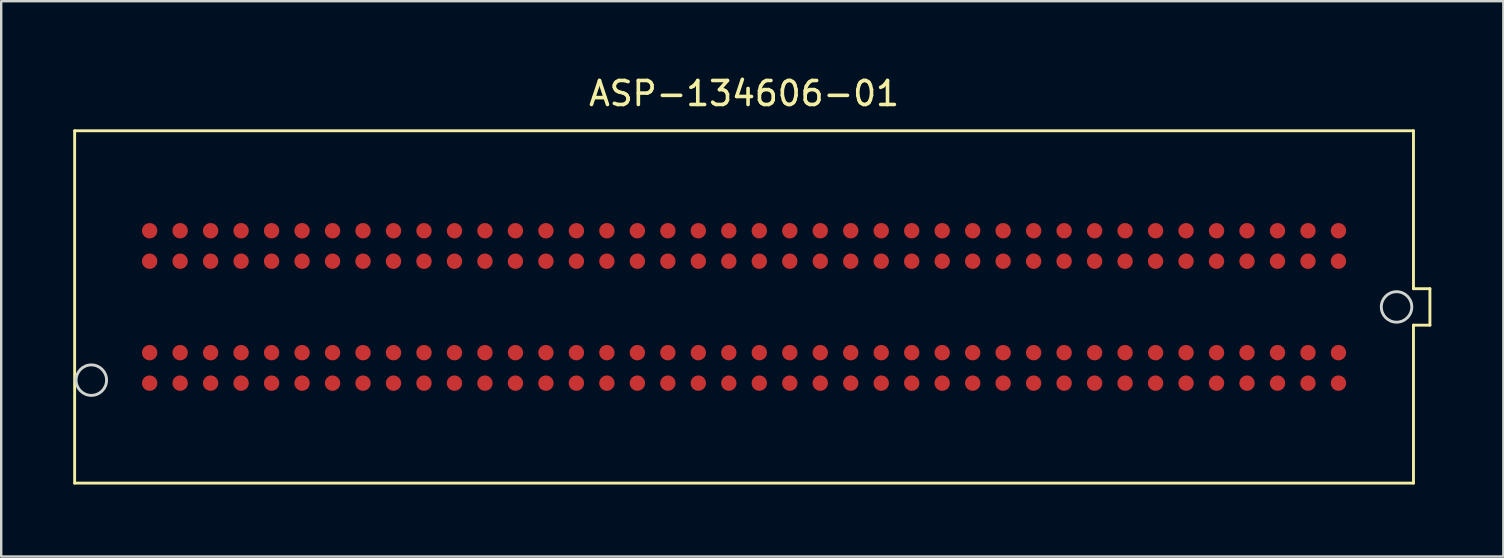
<source format=kicad_pcb>
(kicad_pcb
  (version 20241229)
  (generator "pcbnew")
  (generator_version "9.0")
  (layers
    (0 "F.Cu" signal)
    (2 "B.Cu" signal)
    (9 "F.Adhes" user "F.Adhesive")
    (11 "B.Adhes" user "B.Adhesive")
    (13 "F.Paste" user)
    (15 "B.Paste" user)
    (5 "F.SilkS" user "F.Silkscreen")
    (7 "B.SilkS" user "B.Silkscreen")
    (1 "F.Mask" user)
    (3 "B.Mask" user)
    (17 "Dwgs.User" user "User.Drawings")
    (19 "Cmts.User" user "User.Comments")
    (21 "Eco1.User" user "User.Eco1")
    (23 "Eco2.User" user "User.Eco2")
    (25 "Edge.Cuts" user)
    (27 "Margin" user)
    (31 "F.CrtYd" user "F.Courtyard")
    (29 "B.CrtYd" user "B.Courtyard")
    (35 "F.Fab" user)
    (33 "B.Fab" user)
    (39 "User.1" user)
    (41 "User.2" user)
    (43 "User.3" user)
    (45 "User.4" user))
  (footprint "ASP-134606-01"
    (layer "F.Cu")
    (at 27.95 9.738)
    (property "Reference" "ASP-134606-01" (at 0 -8.89 0) (layer "F.SilkS") (effects (font (size 1 1) (thickness 0.15))))
    (attr through_hole)
    (fp_line (start -27.89 -7.34) (end -27.89 7.34) (stroke (width 0.12) (type solid)) (layer "F.SilkS"))
    (fp_line (start -27.89 7.34) (end 27.89 7.34) (stroke (width 0.12) (type solid)) (layer "F.SilkS"))
    (fp_line (start 27.89 -7.34) (end -27.89 -7.34) (stroke (width 0.12) (type solid)) (layer "F.SilkS"))
    (fp_line (start 27.89 -0.76) (end 27.89 -7.34) (stroke (width 0.12) (type solid)) (layer "F.SilkS"))
    (fp_line (start 27.89 0.76) (end 28.575 0.76) (stroke (width 0.12) (type solid)) (layer "F.SilkS"))
    (fp_line (start 27.89 7.34) (end 27.89 0.76) (stroke (width 0.12) (type solid)) (layer "F.SilkS"))
    (fp_line (start 28.575 -0.76) (end 27.89 -0.76) (stroke (width 0.12) (type solid)) (layer "F.SilkS"))
    (fp_line (start 28.575 0.76) (end 28.575 -0.76) (stroke (width 0.12) (type solid)) (layer "F.SilkS"))
    (fp_circle (center -27.195 3.05) (end -26.56 3.05) (stroke (width 0.12) (type solid)) (fill no) (layer "Edge.Cuts"))
    (fp_circle (center 27.185 0) (end 27.82 0) (stroke (width 0.12) (type solid)) (fill no) (layer "Edge.Cuts"))
    (pad "C1" smd circle (at 24.765 -3.175) (size 0.64 0.64) (layers "F.Cu" "F.Mask" "F.Paste"))
    (pad "C2" smd circle (at 23.495 -3.175) (size 0.64 0.64) (layers "F.Cu" "F.Mask" "F.Paste"))
    (pad "C3" smd circle (at 22.225 -3.175) (size 0.64 0.64) (layers "F.Cu" "F.Mask" "F.Paste"))
    (pad "C4" smd circle (at 20.955 -3.175) (size 0.64 0.64) (layers "F.Cu" "F.Mask" "F.Paste"))
    (pad "C5" smd circle (at 19.685 -3.175) (size 0.64 0.64) (layers "F.Cu" "F.Mask" "F.Paste"))
    (pad "C6" smd circle (at 18.415 -3.175) (size 0.64 0.64) (layers "F.Cu" "F.Mask" "F.Paste"))
    (pad "C7" smd circle (at 17.145 -3.175) (size 0.64 0.64) (layers "F.Cu" "F.Mask" "F.Paste"))
    (pad "C8" smd circle (at 15.875 -3.175) (size 0.64 0.64) (layers "F.Cu" "F.Mask" "F.Paste"))
    (pad "C9" smd circle (at 14.605 -3.175) (size 0.64 0.64) (layers "F.Cu" "F.Mask" "F.Paste"))
    (pad "C10" smd circle (at 13.335 -3.175) (size 0.64 0.64) (layers "F.Cu" "F.Mask" "F.Paste"))
    (pad "C11" smd circle (at 12.065 -3.175) (size 0.64 0.64) (layers "F.Cu" "F.Mask" "F.Paste"))
    (pad "C12" smd circle (at 10.795 -3.175) (size 0.64 0.64) (layers "F.Cu" "F.Mask" "F.Paste"))
    (pad "C13" smd circle (at 9.525 -3.175) (size 0.64 0.64) (layers "F.Cu" "F.Mask" "F.Paste"))
    (pad "C14" smd circle (at 8.255 -3.175) (size 0.64 0.64) (layers "F.Cu" "F.Mask" "F.Paste"))
    (pad "C15" smd circle (at 6.985 -3.175) (size 0.64 0.64) (layers "F.Cu" "F.Mask" "F.Paste"))
    (pad "C16" smd circle (at 5.715 -3.175) (size 0.64 0.64) (layers "F.Cu" "F.Mask" "F.Paste"))
    (pad "C17" smd circle (at 4.445 -3.175) (size 0.64 0.64) (layers "F.Cu" "F.Mask" "F.Paste"))
    (pad "C18" smd circle (at 3.175 -3.175) (size 0.64 0.64) (layers "F.Cu" "F.Mask" "F.Paste"))
    (pad "C19" smd circle (at 1.905 -3.175) (size 0.64 0.64) (layers "F.Cu" "F.Mask" "F.Paste"))
    (pad "C20" smd circle (at 0.635 -3.175) (size 0.64 0.64) (layers "F.Cu" "F.Mask" "F.Paste"))
    (pad "C21" smd circle (at -0.635 -3.175) (size 0.64 0.64) (layers "F.Cu" "F.Mask" "F.Paste"))
    (pad "C22" smd circle (at -1.905 -3.175) (size 0.64 0.64) (layers "F.Cu" "F.Mask" "F.Paste"))
    (pad "C23" smd circle (at -3.175 -3.175) (size 0.64 0.64) (layers "F.Cu" "F.Mask" "F.Paste"))
    (pad "C24" smd circle (at -4.445 -3.175) (size 0.64 0.64) (layers "F.Cu" "F.Mask" "F.Paste"))
    (pad "C25" smd circle (at -5.715 -3.175) (size 0.64 0.64) (layers "F.Cu" "F.Mask" "F.Paste"))
    (pad "C26" smd circle (at -6.985 -3.175) (size 0.64 0.64) (layers "F.Cu" "F.Mask" "F.Paste"))
    (pad "C27" smd circle (at -8.255 -3.175) (size 0.64 0.64) (layers "F.Cu" "F.Mask" "F.Paste"))
    (pad "C28" smd circle (at -9.525 -3.175) (size 0.64 0.64) (layers "F.Cu" "F.Mask" "F.Paste"))
    (pad "C29" smd circle (at -10.795 -3.175) (size 0.64 0.64) (layers "F.Cu" "F.Mask" "F.Paste"))
    (pad "C30" smd circle (at -12.065 -3.175) (size 0.64 0.64) (layers "F.Cu" "F.Mask" "F.Paste"))
    (pad "C31" smd circle (at -13.335 -3.175) (size 0.64 0.64) (layers "F.Cu" "F.Mask" "F.Paste"))
    (pad "C32" smd circle (at -14.605 -3.175) (size 0.64 0.64) (layers "F.Cu" "F.Mask" "F.Paste"))
    (pad "C33" smd circle (at -15.875 -3.175) (size 0.64 0.64) (layers "F.Cu" "F.Mask" "F.Paste"))
    (pad "C34" smd circle (at -17.145 -3.175) (size 0.64 0.64) (layers "F.Cu" "F.Mask" "F.Paste"))
    (pad "C35" smd circle (at -18.415 -3.175) (size 0.64 0.64) (layers "F.Cu" "F.Mask" "F.Paste"))
    (pad "C36" smd circle (at -19.685 -3.175) (size 0.64 0.64) (layers "F.Cu" "F.Mask" "F.Paste"))
    (pad "C37" smd circle (at -20.955 -3.175) (size 0.64 0.64) (layers "F.Cu" "F.Mask" "F.Paste"))
    (pad "C38" smd circle (at -22.225 -3.175) (size 0.64 0.64) (layers "F.Cu" "F.Mask" "F.Paste"))
    (pad "C39" smd circle (at -23.495 -3.175) (size 0.64 0.64) (layers "F.Cu" "F.Mask" "F.Paste"))
    (pad "C40" smd circle (at -24.765 -3.175) (size 0.64 0.64) (layers "F.Cu" "F.Mask" "F.Paste"))
    (pad "D1" smd circle (at 24.765 -1.905) (size 0.64 0.64) (layers "F.Cu" "F.Mask" "F.Paste"))
    (pad "D2" smd circle (at 23.495 -1.905) (size 0.64 0.64) (layers "F.Cu" "F.Mask" "F.Paste"))
    (pad "D3" smd circle (at 22.225 -1.905) (size 0.64 0.64) (layers "F.Cu" "F.Mask" "F.Paste"))
    (pad "D4" smd circle (at 20.955 -1.905) (size 0.64 0.64) (layers "F.Cu" "F.Mask" "F.Paste"))
    (pad "D5" smd circle (at 19.685 -1.905) (size 0.64 0.64) (layers "F.Cu" "F.Mask" "F.Paste"))
    (pad "D6" smd circle (at 18.415 -1.905) (size 0.64 0.64) (layers "F.Cu" "F.Mask" "F.Paste"))
    (pad "D7" smd circle (at 17.145 -1.905) (size 0.64 0.64) (layers "F.Cu" "F.Mask" "F.Paste"))
    (pad "D8" smd circle (at 15.875 -1.905) (size 0.64 0.64) (layers "F.Cu" "F.Mask" "F.Paste"))
    (pad "D9" smd circle (at 14.605 -1.905) (size 0.64 0.64) (layers "F.Cu" "F.Mask" "F.Paste"))
    (pad "D10" smd circle (at 13.335 -1.905) (size 0.64 0.64) (layers "F.Cu" "F.Mask" "F.Paste"))
    (pad "D11" smd circle (at 12.065 -1.905) (size 0.64 0.64) (layers "F.Cu" "F.Mask" "F.Paste"))
    (pad "D12" smd circle (at 10.795 -1.905) (size 0.64 0.64) (layers "F.Cu" "F.Mask" "F.Paste"))
    (pad "D13" smd circle (at 9.525 -1.905) (size 0.64 0.64) (layers "F.Cu" "F.Mask" "F.Paste"))
    (pad "D14" smd circle (at 8.255 -1.905) (size 0.64 0.64) (layers "F.Cu" "F.Mask" "F.Paste"))
    (pad "D15" smd circle (at 6.985 -1.905) (size 0.64 0.64) (layers "F.Cu" "F.Mask" "F.Paste"))
    (pad "D16" smd circle (at 5.715 -1.905) (size 0.64 0.64) (layers "F.Cu" "F.Mask" "F.Paste"))
    (pad "D17" smd circle (at 4.445 -1.905) (size 0.64 0.64) (layers "F.Cu" "F.Mask" "F.Paste"))
    (pad "D18" smd circle (at 3.175 -1.905) (size 0.64 0.64) (layers "F.Cu" "F.Mask" "F.Paste"))
    (pad "D19" smd circle (at 1.905 -1.905) (size 0.64 0.64) (layers "F.Cu" "F.Mask" "F.Paste"))
    (pad "D20" smd circle (at 0.635 -1.905) (size 0.64 0.64) (layers "F.Cu" "F.Mask" "F.Paste"))
    (pad "D21" smd circle (at -0.635 -1.905) (size 0.64 0.64) (layers "F.Cu" "F.Mask" "F.Paste"))
    (pad "D22" smd circle (at -1.905 -1.905) (size 0.64 0.64) (layers "F.Cu" "F.Mask" "F.Paste"))
    (pad "D23" smd circle (at -3.175 -1.905) (size 0.64 0.64) (layers "F.Cu" "F.Mask" "F.Paste"))
    (pad "D24" smd circle (at -4.445 -1.905) (size 0.64 0.64) (layers "F.Cu" "F.Mask" "F.Paste"))
    (pad "D25" smd circle (at -5.715 -1.905) (size 0.64 0.64) (layers "F.Cu" "F.Mask" "F.Paste"))
    (pad "D26" smd circle (at -6.985 -1.905) (size 0.64 0.64) (layers "F.Cu" "F.Mask" "F.Paste"))
    (pad "D27" smd circle (at -8.255 -1.905) (size 0.64 0.64) (layers "F.Cu" "F.Mask" "F.Paste"))
    (pad "D28" smd circle (at -9.525 -1.905) (size 0.64 0.64) (layers "F.Cu" "F.Mask" "F.Paste"))
    (pad "D29" smd circle (at -10.795 -1.905) (size 0.64 0.64) (layers "F.Cu" "F.Mask" "F.Paste"))
    (pad "D30" smd circle (at -12.065 -1.905) (size 0.64 0.64) (layers "F.Cu" "F.Mask" "F.Paste"))
    (pad "D31" smd circle (at -13.335 -1.905) (size 0.64 0.64) (layers "F.Cu" "F.Mask" "F.Paste"))
    (pad "D32" smd circle (at -14.605 -1.905) (size 0.64 0.64) (layers "F.Cu" "F.Mask" "F.Paste"))
    (pad "D33" smd circle (at -15.875 -1.905) (size 0.64 0.64) (layers "F.Cu" "F.Mask" "F.Paste"))
    (pad "D34" smd circle (at -17.145 -1.905) (size 0.64 0.64) (layers "F.Cu" "F.Mask" "F.Paste"))
    (pad "D35" smd circle (at -18.415 -1.905) (size 0.64 0.64) (layers "F.Cu" "F.Mask" "F.Paste"))
    (pad "D36" smd circle (at -19.685 -1.905) (size 0.64 0.64) (layers "F.Cu" "F.Mask" "F.Paste"))
    (pad "D37" smd circle (at -20.955 -1.905) (size 0.64 0.64) (layers "F.Cu" "F.Mask" "F.Paste"))
    (pad "D38" smd circle (at -22.225 -1.905) (size 0.64 0.64) (layers "F.Cu" "F.Mask" "F.Paste"))
    (pad "D39" smd circle (at -23.495 -1.905) (size 0.64 0.64) (layers "F.Cu" "F.Mask" "F.Paste"))
    (pad "D40" smd circle (at -24.765 -1.905) (size 0.64 0.64) (layers "F.Cu" "F.Mask" "F.Paste"))
    (pad "G1" smd circle (at 24.765 1.905) (size 0.64 0.64) (layers "F.Cu" "F.Mask" "F.Paste"))
    (pad "G2" smd circle (at 23.495 1.905) (size 0.64 0.64) (layers "F.Cu" "F.Mask" "F.Paste"))
    (pad "G3" smd circle (at 22.225 1.905) (size 0.64 0.64) (layers "F.Cu" "F.Mask" "F.Paste"))
    (pad "G4" smd circle (at 20.955 1.905) (size 0.64 0.64) (layers "F.Cu" "F.Mask" "F.Paste"))
    (pad "G5" smd circle (at 19.685 1.905) (size 0.64 0.64) (layers "F.Cu" "F.Mask" "F.Paste"))
    (pad "G6" smd circle (at 18.415 1.905) (size 0.64 0.64) (layers "F.Cu" "F.Mask" "F.Paste"))
    (pad "G7" smd circle (at 17.145 1.905) (size 0.64 0.64) (layers "F.Cu" "F.Mask" "F.Paste"))
    (pad "G8" smd circle (at 15.875 1.905) (size 0.64 0.64) (layers "F.Cu" "F.Mask" "F.Paste"))
    (pad "G9" smd circle (at 14.605 1.905) (size 0.64 0.64) (layers "F.Cu" "F.Mask" "F.Paste"))
    (pad "G10" smd circle (at 13.335 1.905) (size 0.64 0.64) (layers "F.Cu" "F.Mask" "F.Paste"))
    (pad "G11" smd circle (at 12.065 1.905) (size 0.64 0.64) (layers "F.Cu" "F.Mask" "F.Paste"))
    (pad "G12" smd circle (at 10.795 1.905) (size 0.64 0.64) (layers "F.Cu" "F.Mask" "F.Paste"))
    (pad "G13" smd circle (at 9.525 1.905) (size 0.64 0.64) (layers "F.Cu" "F.Mask" "F.Paste"))
    (pad "G14" smd circle (at 8.255 1.905) (size 0.64 0.64) (layers "F.Cu" "F.Mask" "F.Paste"))
    (pad "G15" smd circle (at 6.985 1.905) (size 0.64 0.64) (layers "F.Cu" "F.Mask" "F.Paste"))
    (pad "G16" smd circle (at 5.715 1.905) (size 0.64 0.64) (layers "F.Cu" "F.Mask" "F.Paste"))
    (pad "G17" smd circle (at 4.445 1.905) (size 0.64 0.64) (layers "F.Cu" "F.Mask" "F.Paste"))
    (pad "G18" smd circle (at 3.175 1.905) (size 0.64 0.64) (layers "F.Cu" "F.Mask" "F.Paste"))
    (pad "G19" smd circle (at 1.905 1.905) (size 0.64 0.64) (layers "F.Cu" "F.Mask" "F.Paste"))
    (pad "G20" smd circle (at 0.635 1.905) (size 0.64 0.64) (layers "F.Cu" "F.Mask" "F.Paste"))
    (pad "G21" smd circle (at -0.635 1.905) (size 0.64 0.64) (layers "F.Cu" "F.Mask" "F.Paste"))
    (pad "G22" smd circle (at -1.905 1.905) (size 0.64 0.64) (layers "F.Cu" "F.Mask" "F.Paste"))
    (pad "G23" smd circle (at -3.175 1.905) (size 0.64 0.64) (layers "F.Cu" "F.Mask" "F.Paste"))
    (pad "G24" smd circle (at -4.445 1.905) (size 0.64 0.64) (layers "F.Cu" "F.Mask" "F.Paste"))
    (pad "G25" smd circle (at -5.715 1.905) (size 0.64 0.64) (layers "F.Cu" "F.Mask" "F.Paste"))
    (pad "G26" smd circle (at -6.985 1.905) (size 0.64 0.64) (layers "F.Cu" "F.Mask" "F.Paste"))
    (pad "G27" smd circle (at -8.255 1.905) (size 0.64 0.64) (layers "F.Cu" "F.Mask" "F.Paste"))
    (pad "G28" smd circle (at -9.525 1.905) (size 0.64 0.64) (layers "F.Cu" "F.Mask" "F.Paste"))
    (pad "G29" smd circle (at -10.795 1.905) (size 0.64 0.64) (layers "F.Cu" "F.Mask" "F.Paste"))
    (pad "G30" smd circle (at -12.065 1.905) (size 0.64 0.64) (layers "F.Cu" "F.Mask" "F.Paste"))
    (pad "G31" smd circle (at -13.335 1.905) (size 0.64 0.64) (layers "F.Cu" "F.Mask" "F.Paste"))
    (pad "G32" smd circle (at -14.605 1.905) (size 0.64 0.64) (layers "F.Cu" "F.Mask" "F.Paste"))
    (pad "G33" smd circle (at -15.875 1.905) (size 0.64 0.64) (layers "F.Cu" "F.Mask" "F.Paste"))
    (pad "G34" smd circle (at -17.145 1.905) (size 0.64 0.64) (layers "F.Cu" "F.Mask" "F.Paste"))
    (pad "G35" smd circle (at -18.415 1.905) (size 0.64 0.64) (layers "F.Cu" "F.Mask" "F.Paste"))
    (pad "G36" smd circle (at -19.685 1.905) (size 0.64 0.64) (layers "F.Cu" "F.Mask" "F.Paste"))
    (pad "G37" smd circle (at -20.955 1.905) (size 0.64 0.64) (layers "F.Cu" "F.Mask" "F.Paste"))
    (pad "G38" smd circle (at -22.225 1.905) (size 0.64 0.64) (layers "F.Cu" "F.Mask" "F.Paste"))
    (pad "G39" smd circle (at -23.495 1.905) (size 0.64 0.64) (layers "F.Cu" "F.Mask" "F.Paste"))
    (pad "G40" smd circle (at -24.765 1.905) (size 0.64 0.64) (layers "F.Cu" "F.Mask" "F.Paste"))
    (pad "H1" smd circle (at 24.765 3.175) (size 0.64 0.64) (layers "F.Cu" "F.Mask" "F.Paste"))
    (pad "H2" smd circle (at 23.495 3.175) (size 0.64 0.64) (layers "F.Cu" "F.Mask" "F.Paste"))
    (pad "H3" smd circle (at 22.225 3.175) (size 0.64 0.64) (layers "F.Cu" "F.Mask" "F.Paste"))
    (pad "H4" smd circle (at 20.955 3.175) (size 0.64 0.64) (layers "F.Cu" "F.Mask" "F.Paste"))
    (pad "H5" smd circle (at 19.685 3.175) (size 0.64 0.64) (layers "F.Cu" "F.Mask" "F.Paste"))
    (pad "H6" smd circle (at 18.415 3.175) (size 0.64 0.64) (layers "F.Cu" "F.Mask" "F.Paste"))
    (pad "H7" smd circle (at 17.145 3.175) (size 0.64 0.64) (layers "F.Cu" "F.Mask" "F.Paste"))
    (pad "H8" smd circle (at 15.875 3.175) (size 0.64 0.64) (layers "F.Cu" "F.Mask" "F.Paste"))
    (pad "H9" smd circle (at 14.605 3.175) (size 0.64 0.64) (layers "F.Cu" "F.Mask" "F.Paste"))
    (pad "H10" smd circle (at 13.335 3.175) (size 0.64 0.64) (layers "F.Cu" "F.Mask" "F.Paste"))
    (pad "H11" smd circle (at 12.065 3.175) (size 0.64 0.64) (layers "F.Cu" "F.Mask" "F.Paste"))
    (pad "H12" smd circle (at 10.795 3.175) (size 0.64 0.64) (layers "F.Cu" "F.Mask" "F.Paste"))
    (pad "H13" smd circle (at 9.525 3.175) (size 0.64 0.64) (layers "F.Cu" "F.Mask" "F.Paste"))
    (pad "H14" smd circle (at 8.255 3.175) (size 0.64 0.64) (layers "F.Cu" "F.Mask" "F.Paste"))
    (pad "H15" smd circle (at 6.985 3.175) (size 0.64 0.64) (layers "F.Cu" "F.Mask" "F.Paste"))
    (pad "H16" smd circle (at 5.715 3.175) (size 0.64 0.64) (layers "F.Cu" "F.Mask" "F.Paste"))
    (pad "H17" smd circle (at 4.445 3.175) (size 0.64 0.64) (layers "F.Cu" "F.Mask" "F.Paste"))
    (pad "H18" smd circle (at 3.175 3.175) (size 0.64 0.64) (layers "F.Cu" "F.Mask" "F.Paste"))
    (pad "H19" smd circle (at 1.905 3.175) (size 0.64 0.64) (layers "F.Cu" "F.Mask" "F.Paste"))
    (pad "H20" smd circle (at 0.635 3.175) (size 0.64 0.64) (layers "F.Cu" "F.Mask" "F.Paste"))
    (pad "H21" smd circle (at -0.635 3.175) (size 0.64 0.64) (layers "F.Cu" "F.Mask" "F.Paste"))
    (pad "H22" smd circle (at -1.905 3.175) (size 0.64 0.64) (layers "F.Cu" "F.Mask" "F.Paste"))
    (pad "H23" smd circle (at -3.175 3.175) (size 0.64 0.64) (layers "F.Cu" "F.Mask" "F.Paste"))
    (pad "H24" smd circle (at -4.445 3.175) (size 0.64 0.64) (layers "F.Cu" "F.Mask" "F.Paste"))
    (pad "H25" smd circle (at -5.715 3.175) (size 0.64 0.64) (layers "F.Cu" "F.Mask" "F.Paste"))
    (pad "H26" smd circle (at -6.985 3.175) (size 0.64 0.64) (layers "F.Cu" "F.Mask" "F.Paste"))
    (pad "H27" smd circle (at -8.255 3.175) (size 0.64 0.64) (layers "F.Cu" "F.Mask" "F.Paste"))
    (pad "H28" smd circle (at -9.525 3.175) (size 0.64 0.64) (layers "F.Cu" "F.Mask" "F.Paste"))
    (pad "H29" smd circle (at -10.795 3.175) (size 0.64 0.64) (layers "F.Cu" "F.Mask" "F.Paste"))
    (pad "H30" smd circle (at -12.065 3.175) (size 0.64 0.64) (layers "F.Cu" "F.Mask" "F.Paste"))
    (pad "H31" smd circle (at -13.335 3.175) (size 0.64 0.64) (layers "F.Cu" "F.Mask" "F.Paste"))
    (pad "H32" smd circle (at -14.605 3.175) (size 0.64 0.64) (layers "F.Cu" "F.Mask" "F.Paste"))
    (pad "H33" smd circle (at -15.875 3.175) (size 0.64 0.64) (layers "F.Cu" "F.Mask" "F.Paste"))
    (pad "H34" smd circle (at -17.145 3.175) (size 0.64 0.64) (layers "F.Cu" "F.Mask" "F.Paste"))
    (pad "H35" smd circle (at -18.415 3.175) (size 0.64 0.64) (layers "F.Cu" "F.Mask" "F.Paste"))
    (pad "H36" smd circle (at -19.685 3.175) (size 0.64 0.64) (layers "F.Cu" "F.Mask" "F.Paste"))
    (pad "H37" smd circle (at -20.955 3.175) (size 0.64 0.64) (layers "F.Cu" "F.Mask" "F.Paste"))
    (pad "H38" smd circle (at -22.225 3.175) (size 0.64 0.64) (layers "F.Cu" "F.Mask" "F.Paste"))
    (pad "H39" smd circle (at -23.495 3.175) (size 0.64 0.64) (layers "F.Cu" "F.Mask" "F.Paste"))
    (pad "H40" smd circle (at -24.765 3.175) (size 0.64 0.64) (layers "F.Cu" "F.Mask" "F.Paste")))
  (gr_rect
    (start -3 -3)
    (end 59.585 20.138)
    (stroke (width 0.1) (type default))
    (fill no)
    (layer "Edge.Cuts")))
</source>
